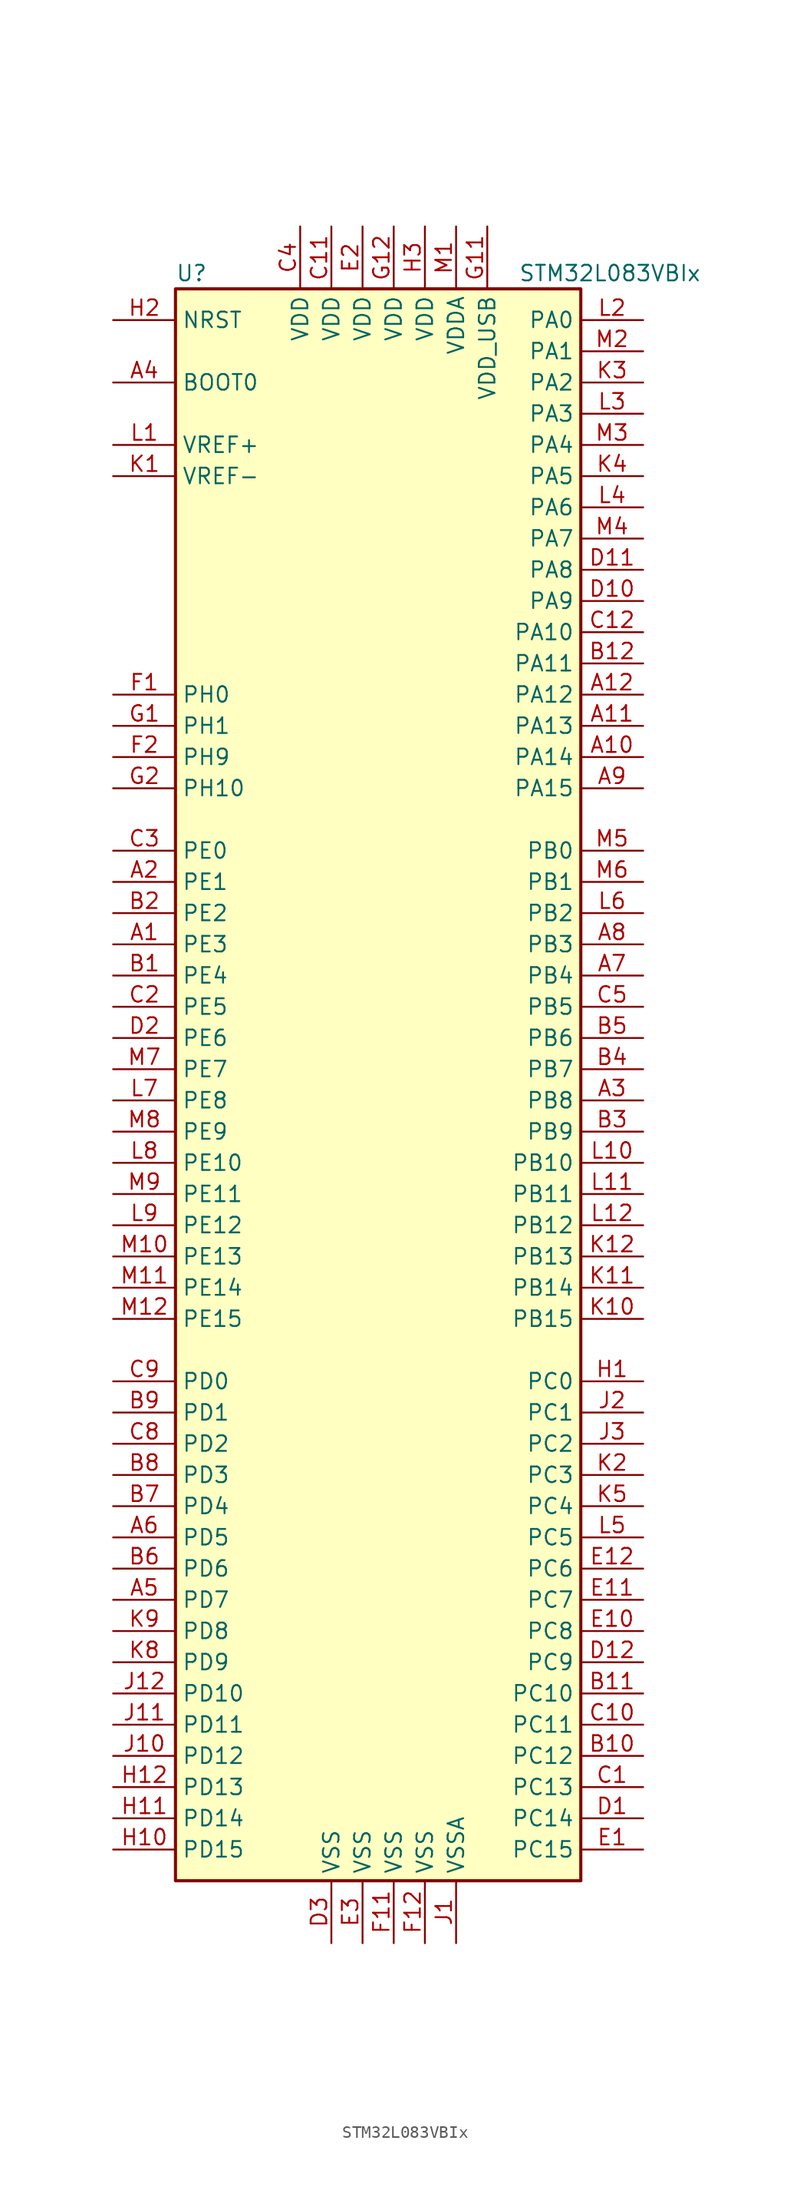
<source format=kicad_sym>
(kicad_symbol_lib
  (version 20201005)
  (generator kicad_symbol_editor)
  (symbol "STM32L083VBIx"
    (property "Reference" "U"
      (at -17.78 64.77 0)
      (effects (font (size 1.27 1.27)) (justify left)))
    (property "Value" "STM32L083VBIx"
      (at 10.16 64.77 0)
      (effects (font (size 1.27 1.27)) (justify left)))
    (symbol "STM32L083VBIx_0_1"
      (rectangle (start -17.78 -66.04) (end 15.24 63.5) (stroke (width 0.254)) (fill (type background))))
    (symbol "STM32L083VBIx_1_1"
      (pin bidirectional line (at -22.86 10.16 0) (length 5.08) (name "PE3" (effects (font (size 1.27 1.27)))) (number "A1" (effects (font (size 1.27 1.27)))))
      (pin bidirectional line (at 20.32 25.4 180) (length 5.08) (name "PA14" (effects (font (size 1.27 1.27)))) (number "A10" (effects (font (size 1.27 1.27)))))
      (pin bidirectional line (at 20.32 27.94 180) (length 5.08) (name "PA13" (effects (font (size 1.27 1.27)))) (number "A11" (effects (font (size 1.27 1.27)))))
      (pin bidirectional line (at 20.32 30.48 180) (length 5.08) (name "PA12" (effects (font (size 1.27 1.27)))) (number "A12" (effects (font (size 1.27 1.27)))))
      (pin bidirectional line (at -22.86 15.24 0) (length 5.08) (name "PE1" (effects (font (size 1.27 1.27)))) (number "A2" (effects (font (size 1.27 1.27)))))
      (pin bidirectional line (at 20.32 -2.54 180) (length 5.08) (name "PB8" (effects (font (size 1.27 1.27)))) (number "A3" (effects (font (size 1.27 1.27)))))
      (pin input line (at -22.86 55.88 0) (length 5.08) (name "BOOT0" (effects (font (size 1.27 1.27)))) (number "A4" (effects (font (size 1.27 1.27)))))
      (pin bidirectional line (at -22.86 -43.18 0) (length 5.08) (name "PD7" (effects (font (size 1.27 1.27)))) (number "A5" (effects (font (size 1.27 1.27)))))
      (pin bidirectional line (at -22.86 -38.1 0) (length 5.08) (name "PD5" (effects (font (size 1.27 1.27)))) (number "A6" (effects (font (size 1.27 1.27)))))
      (pin bidirectional line (at 20.32 7.62 180) (length 5.08) (name "PB4" (effects (font (size 1.27 1.27)))) (number "A7" (effects (font (size 1.27 1.27)))))
      (pin bidirectional line (at 20.32 10.16 180) (length 5.08) (name "PB3" (effects (font (size 1.27 1.27)))) (number "A8" (effects (font (size 1.27 1.27)))))
      (pin bidirectional line (at 20.32 22.86 180) (length 5.08) (name "PA15" (effects (font (size 1.27 1.27)))) (number "A9" (effects (font (size 1.27 1.27)))))
      (pin bidirectional line (at -22.86 7.62 0) (length 5.08) (name "PE4" (effects (font (size 1.27 1.27)))) (number "B1" (effects (font (size 1.27 1.27)))))
      (pin bidirectional line (at 20.32 -55.88 180) (length 5.08) (name "PC12" (effects (font (size 1.27 1.27)))) (number "B10" (effects (font (size 1.27 1.27)))))
      (pin bidirectional line (at 20.32 -50.8 180) (length 5.08) (name "PC10" (effects (font (size 1.27 1.27)))) (number "B11" (effects (font (size 1.27 1.27)))))
      (pin bidirectional line (at 20.32 33.02 180) (length 5.08) (name "PA11" (effects (font (size 1.27 1.27)))) (number "B12" (effects (font (size 1.27 1.27)))))
      (pin bidirectional line (at -22.86 12.7 0) (length 5.08) (name "PE2" (effects (font (size 1.27 1.27)))) (number "B2" (effects (font (size 1.27 1.27)))))
      (pin bidirectional line (at 20.32 -5.08 180) (length 5.08) (name "PB9" (effects (font (size 1.27 1.27)))) (number "B3" (effects (font (size 1.27 1.27)))))
      (pin bidirectional line (at 20.32 0 180) (length 5.08) (name "PB7" (effects (font (size 1.27 1.27)))) (number "B4" (effects (font (size 1.27 1.27)))))
      (pin bidirectional line (at 20.32 2.54 180) (length 5.08) (name "PB6" (effects (font (size 1.27 1.27)))) (number "B5" (effects (font (size 1.27 1.27)))))
      (pin bidirectional line (at -22.86 -40.64 0) (length 5.08) (name "PD6" (effects (font (size 1.27 1.27)))) (number "B6" (effects (font (size 1.27 1.27)))))
      (pin bidirectional line (at -22.86 -35.56 0) (length 5.08) (name "PD4" (effects (font (size 1.27 1.27)))) (number "B7" (effects (font (size 1.27 1.27)))))
      (pin bidirectional line (at -22.86 -33.02 0) (length 5.08) (name "PD3" (effects (font (size 1.27 1.27)))) (number "B8" (effects (font (size 1.27 1.27)))))
      (pin bidirectional line (at -22.86 -27.94 0) (length 5.08) (name "PD1" (effects (font (size 1.27 1.27)))) (number "B9" (effects (font (size 1.27 1.27)))))
      (pin bidirectional line (at 20.32 -58.42 180) (length 5.08) (name "PC13" (effects (font (size 1.27 1.27)))) (number "C1" (effects (font (size 1.27 1.27)))))
      (pin bidirectional line (at 20.32 -53.34 180) (length 5.08) (name "PC11" (effects (font (size 1.27 1.27)))) (number "C10" (effects (font (size 1.27 1.27)))))
      (pin power_in line (at -5.08 68.58 270) (length 5.08) (name "VDD" (effects (font (size 1.27 1.27)))) (number "C11" (effects (font (size 1.27 1.27)))))
      (pin bidirectional line (at 20.32 35.56 180) (length 5.08) (name "PA10" (effects (font (size 1.27 1.27)))) (number "C12" (effects (font (size 1.27 1.27)))))
      (pin bidirectional line (at -22.86 5.08 0) (length 5.08) (name "PE5" (effects (font (size 1.27 1.27)))) (number "C2" (effects (font (size 1.27 1.27)))))
      (pin bidirectional line (at -22.86 17.78 0) (length 5.08) (name "PE0" (effects (font (size 1.27 1.27)))) (number "C3" (effects (font (size 1.27 1.27)))))
      (pin power_in line (at -7.62 68.58 270) (length 5.08) (name "VDD" (effects (font (size 1.27 1.27)))) (number "C4" (effects (font (size 1.27 1.27)))))
      (pin bidirectional line (at 20.32 5.08 180) (length 5.08) (name "PB5" (effects (font (size 1.27 1.27)))) (number "C5" (effects (font (size 1.27 1.27)))))
      (pin bidirectional line (at -22.86 -30.48 0) (length 5.08) (name "PD2" (effects (font (size 1.27 1.27)))) (number "C8" (effects (font (size 1.27 1.27)))))
      (pin bidirectional line (at -22.86 -25.4 0) (length 5.08) (name "PD0" (effects (font (size 1.27 1.27)))) (number "C9" (effects (font (size 1.27 1.27)))))
      (pin bidirectional line (at 20.32 -60.96 180) (length 5.08) (name "PC14" (effects (font (size 1.27 1.27)))) (number "D1" (effects (font (size 1.27 1.27)))))
      (pin bidirectional line (at 20.32 38.1 180) (length 5.08) (name "PA9" (effects (font (size 1.27 1.27)))) (number "D10" (effects (font (size 1.27 1.27)))))
      (pin bidirectional line (at 20.32 40.64 180) (length 5.08) (name "PA8" (effects (font (size 1.27 1.27)))) (number "D11" (effects (font (size 1.27 1.27)))))
      (pin bidirectional line (at 20.32 -48.26 180) (length 5.08) (name "PC9" (effects (font (size 1.27 1.27)))) (number "D12" (effects (font (size 1.27 1.27)))))
      (pin bidirectional line (at -22.86 2.54 0) (length 5.08) (name "PE6" (effects (font (size 1.27 1.27)))) (number "D2" (effects (font (size 1.27 1.27)))))
      (pin power_in line (at -5.08 -71.12 90) (length 5.08) (name "VSS" (effects (font (size 1.27 1.27)))) (number "D3" (effects (font (size 1.27 1.27)))))
      (pin bidirectional line (at 20.32 -63.5 180) (length 5.08) (name "PC15" (effects (font (size 1.27 1.27)))) (number "E1" (effects (font (size 1.27 1.27)))))
      (pin bidirectional line (at 20.32 -45.72 180) (length 5.08) (name "PC8" (effects (font (size 1.27 1.27)))) (number "E10" (effects (font (size 1.27 1.27)))))
      (pin bidirectional line (at 20.32 -43.18 180) (length 5.08) (name "PC7" (effects (font (size 1.27 1.27)))) (number "E11" (effects (font (size 1.27 1.27)))))
      (pin bidirectional line (at 20.32 -40.64 180) (length 5.08) (name "PC6" (effects (font (size 1.27 1.27)))) (number "E12" (effects (font (size 1.27 1.27)))))
      (pin power_in line (at -2.54 68.58 270) (length 5.08) (name "VDD" (effects (font (size 1.27 1.27)))) (number "E2" (effects (font (size 1.27 1.27)))))
      (pin power_in line (at -2.54 -71.12 90) (length 5.08) (name "VSS" (effects (font (size 1.27 1.27)))) (number "E3" (effects (font (size 1.27 1.27)))))
      (pin input line (at -22.86 30.48 0) (length 5.08) (name "PH0" (effects (font (size 1.27 1.27)))) (number "F1" (effects (font (size 1.27 1.27)))))
      (pin power_in line (at 0 -71.12 90) (length 5.08) (name "VSS" (effects (font (size 1.27 1.27)))) (number "F11" (effects (font (size 1.27 1.27)))))
      (pin power_in line (at 2.54 -71.12 90) (length 5.08) (name "VSS" (effects (font (size 1.27 1.27)))) (number "F12" (effects (font (size 1.27 1.27)))))
      (pin bidirectional line (at -22.86 25.4 0) (length 5.08) (name "PH9" (effects (font (size 1.27 1.27)))) (number "F2" (effects (font (size 1.27 1.27)))))
      (pin input line (at -22.86 27.94 0) (length 5.08) (name "PH1" (effects (font (size 1.27 1.27)))) (number "G1" (effects (font (size 1.27 1.27)))))
      (pin power_in line (at 7.62 68.58 270) (length 5.08) (name "VDD_USB" (effects (font (size 1.27 1.27)))) (number "G11" (effects (font (size 1.27 1.27)))))
      (pin power_in line (at 0 68.58 270) (length 5.08) (name "VDD" (effects (font (size 1.27 1.27)))) (number "G12" (effects (font (size 1.27 1.27)))))
      (pin bidirectional line (at -22.86 22.86 0) (length 5.08) (name "PH10" (effects (font (size 1.27 1.27)))) (number "G2" (effects (font (size 1.27 1.27)))))
      (pin bidirectional line (at 20.32 -25.4 180) (length 5.08) (name "PC0" (effects (font (size 1.27 1.27)))) (number "H1" (effects (font (size 1.27 1.27)))))
      (pin bidirectional line (at -22.86 -63.5 0) (length 5.08) (name "PD15" (effects (font (size 1.27 1.27)))) (number "H10" (effects (font (size 1.27 1.27)))))
      (pin bidirectional line (at -22.86 -60.96 0) (length 5.08) (name "PD14" (effects (font (size 1.27 1.27)))) (number "H11" (effects (font (size 1.27 1.27)))))
      (pin bidirectional line (at -22.86 -58.42 0) (length 5.08) (name "PD13" (effects (font (size 1.27 1.27)))) (number "H12" (effects (font (size 1.27 1.27)))))
      (pin input line (at -22.86 60.96 0) (length 5.08) (name "NRST" (effects (font (size 1.27 1.27)))) (number "H2" (effects (font (size 1.27 1.27)))))
      (pin power_in line (at 2.54 68.58 270) (length 5.08) (name "VDD" (effects (font (size 1.27 1.27)))) (number "H3" (effects (font (size 1.27 1.27)))))
      (pin power_in line (at 5.08 -71.12 90) (length 5.08) (name "VSSA" (effects (font (size 1.27 1.27)))) (number "J1" (effects (font (size 1.27 1.27)))))
      (pin bidirectional line (at -22.86 -55.88 0) (length 5.08) (name "PD12" (effects (font (size 1.27 1.27)))) (number "J10" (effects (font (size 1.27 1.27)))))
      (pin bidirectional line (at -22.86 -53.34 0) (length 5.08) (name "PD11" (effects (font (size 1.27 1.27)))) (number "J11" (effects (font (size 1.27 1.27)))))
      (pin bidirectional line (at -22.86 -50.8 0) (length 5.08) (name "PD10" (effects (font (size 1.27 1.27)))) (number "J12" (effects (font (size 1.27 1.27)))))
      (pin bidirectional line (at 20.32 -27.94 180) (length 5.08) (name "PC1" (effects (font (size 1.27 1.27)))) (number "J2" (effects (font (size 1.27 1.27)))))
      (pin bidirectional line (at 20.32 -30.48 180) (length 5.08) (name "PC2" (effects (font (size 1.27 1.27)))) (number "J3" (effects (font (size 1.27 1.27)))))
      (pin power_in line (at -22.86 48.26 0) (length 5.08) (name "VREF-" (effects (font (size 1.27 1.27)))) (number "K1" (effects (font (size 1.27 1.27)))))
      (pin bidirectional line (at 20.32 -20.32 180) (length 5.08) (name "PB15" (effects (font (size 1.27 1.27)))) (number "K10" (effects (font (size 1.27 1.27)))))
      (pin bidirectional line (at 20.32 -17.78 180) (length 5.08) (name "PB14" (effects (font (size 1.27 1.27)))) (number "K11" (effects (font (size 1.27 1.27)))))
      (pin bidirectional line (at 20.32 -15.24 180) (length 5.08) (name "PB13" (effects (font (size 1.27 1.27)))) (number "K12" (effects (font (size 1.27 1.27)))))
      (pin bidirectional line (at 20.32 -33.02 180) (length 5.08) (name "PC3" (effects (font (size 1.27 1.27)))) (number "K2" (effects (font (size 1.27 1.27)))))
      (pin bidirectional line (at 20.32 55.88 180) (length 5.08) (name "PA2" (effects (font (size 1.27 1.27)))) (number "K3" (effects (font (size 1.27 1.27)))))
      (pin bidirectional line (at 20.32 48.26 180) (length 5.08) (name "PA5" (effects (font (size 1.27 1.27)))) (number "K4" (effects (font (size 1.27 1.27)))))
      (pin bidirectional line (at 20.32 -35.56 180) (length 5.08) (name "PC4" (effects (font (size 1.27 1.27)))) (number "K5" (effects (font (size 1.27 1.27)))))
      (pin bidirectional line (at -22.86 -48.26 0) (length 5.08) (name "PD9" (effects (font (size 1.27 1.27)))) (number "K8" (effects (font (size 1.27 1.27)))))
      (pin bidirectional line (at -22.86 -45.72 0) (length 5.08) (name "PD8" (effects (font (size 1.27 1.27)))) (number "K9" (effects (font (size 1.27 1.27)))))
      (pin power_in line (at -22.86 50.8 0) (length 5.08) (name "VREF+" (effects (font (size 1.27 1.27)))) (number "L1" (effects (font (size 1.27 1.27)))))
      (pin bidirectional line (at 20.32 -7.62 180) (length 5.08) (name "PB10" (effects (font (size 1.27 1.27)))) (number "L10" (effects (font (size 1.27 1.27)))))
      (pin bidirectional line (at 20.32 -10.16 180) (length 5.08) (name "PB11" (effects (font (size 1.27 1.27)))) (number "L11" (effects (font (size 1.27 1.27)))))
      (pin bidirectional line (at 20.32 -12.7 180) (length 5.08) (name "PB12" (effects (font (size 1.27 1.27)))) (number "L12" (effects (font (size 1.27 1.27)))))
      (pin bidirectional line (at 20.32 60.96 180) (length 5.08) (name "PA0" (effects (font (size 1.27 1.27)))) (number "L2" (effects (font (size 1.27 1.27)))))
      (pin bidirectional line (at 20.32 53.34 180) (length 5.08) (name "PA3" (effects (font (size 1.27 1.27)))) (number "L3" (effects (font (size 1.27 1.27)))))
      (pin bidirectional line (at 20.32 45.72 180) (length 5.08) (name "PA6" (effects (font (size 1.27 1.27)))) (number "L4" (effects (font (size 1.27 1.27)))))
      (pin bidirectional line (at 20.32 -38.1 180) (length 5.08) (name "PC5" (effects (font (size 1.27 1.27)))) (number "L5" (effects (font (size 1.27 1.27)))))
      (pin bidirectional line (at 20.32 12.7 180) (length 5.08) (name "PB2" (effects (font (size 1.27 1.27)))) (number "L6" (effects (font (size 1.27 1.27)))))
      (pin bidirectional line (at -22.86 -2.54 0) (length 5.08) (name "PE8" (effects (font (size 1.27 1.27)))) (number "L7" (effects (font (size 1.27 1.27)))))
      (pin bidirectional line (at -22.86 -7.62 0) (length 5.08) (name "PE10" (effects (font (size 1.27 1.27)))) (number "L8" (effects (font (size 1.27 1.27)))))
      (pin bidirectional line (at -22.86 -12.7 0) (length 5.08) (name "PE12" (effects (font (size 1.27 1.27)))) (number "L9" (effects (font (size 1.27 1.27)))))
      (pin power_in line (at 5.08 68.58 270) (length 5.08) (name "VDDA" (effects (font (size 1.27 1.27)))) (number "M1" (effects (font (size 1.27 1.27)))))
      (pin bidirectional line (at -22.86 -15.24 0) (length 5.08) (name "PE13" (effects (font (size 1.27 1.27)))) (number "M10" (effects (font (size 1.27 1.27)))))
      (pin bidirectional line (at -22.86 -17.78 0) (length 5.08) (name "PE14" (effects (font (size 1.27 1.27)))) (number "M11" (effects (font (size 1.27 1.27)))))
      (pin bidirectional line (at -22.86 -20.32 0) (length 5.08) (name "PE15" (effects (font (size 1.27 1.27)))) (number "M12" (effects (font (size 1.27 1.27)))))
      (pin bidirectional line (at 20.32 58.42 180) (length 5.08) (name "PA1" (effects (font (size 1.27 1.27)))) (number "M2" (effects (font (size 1.27 1.27)))))
      (pin bidirectional line (at 20.32 50.8 180) (length 5.08) (name "PA4" (effects (font (size 1.27 1.27)))) (number "M3" (effects (font (size 1.27 1.27)))))
      (pin bidirectional line (at 20.32 43.18 180) (length 5.08) (name "PA7" (effects (font (size 1.27 1.27)))) (number "M4" (effects (font (size 1.27 1.27)))))
      (pin bidirectional line (at 20.32 17.78 180) (length 5.08) (name "PB0" (effects (font (size 1.27 1.27)))) (number "M5" (effects (font (size 1.27 1.27)))))
      (pin bidirectional line (at 20.32 15.24 180) (length 5.08) (name "PB1" (effects (font (size 1.27 1.27)))) (number "M6" (effects (font (size 1.27 1.27)))))
      (pin bidirectional line (at -22.86 0 0) (length 5.08) (name "PE7" (effects (font (size 1.27 1.27)))) (number "M7" (effects (font (size 1.27 1.27)))))
      (pin bidirectional line (at -22.86 -5.08 0) (length 5.08) (name "PE9" (effects (font (size 1.27 1.27)))) (number "M8" (effects (font (size 1.27 1.27)))))
      (pin bidirectional line (at -22.86 -10.16 0) (length 5.08) (name "PE11" (effects (font (size 1.27 1.27)))) (number "M9" (effects (font (size 1.27 1.27))))))))
</source>
